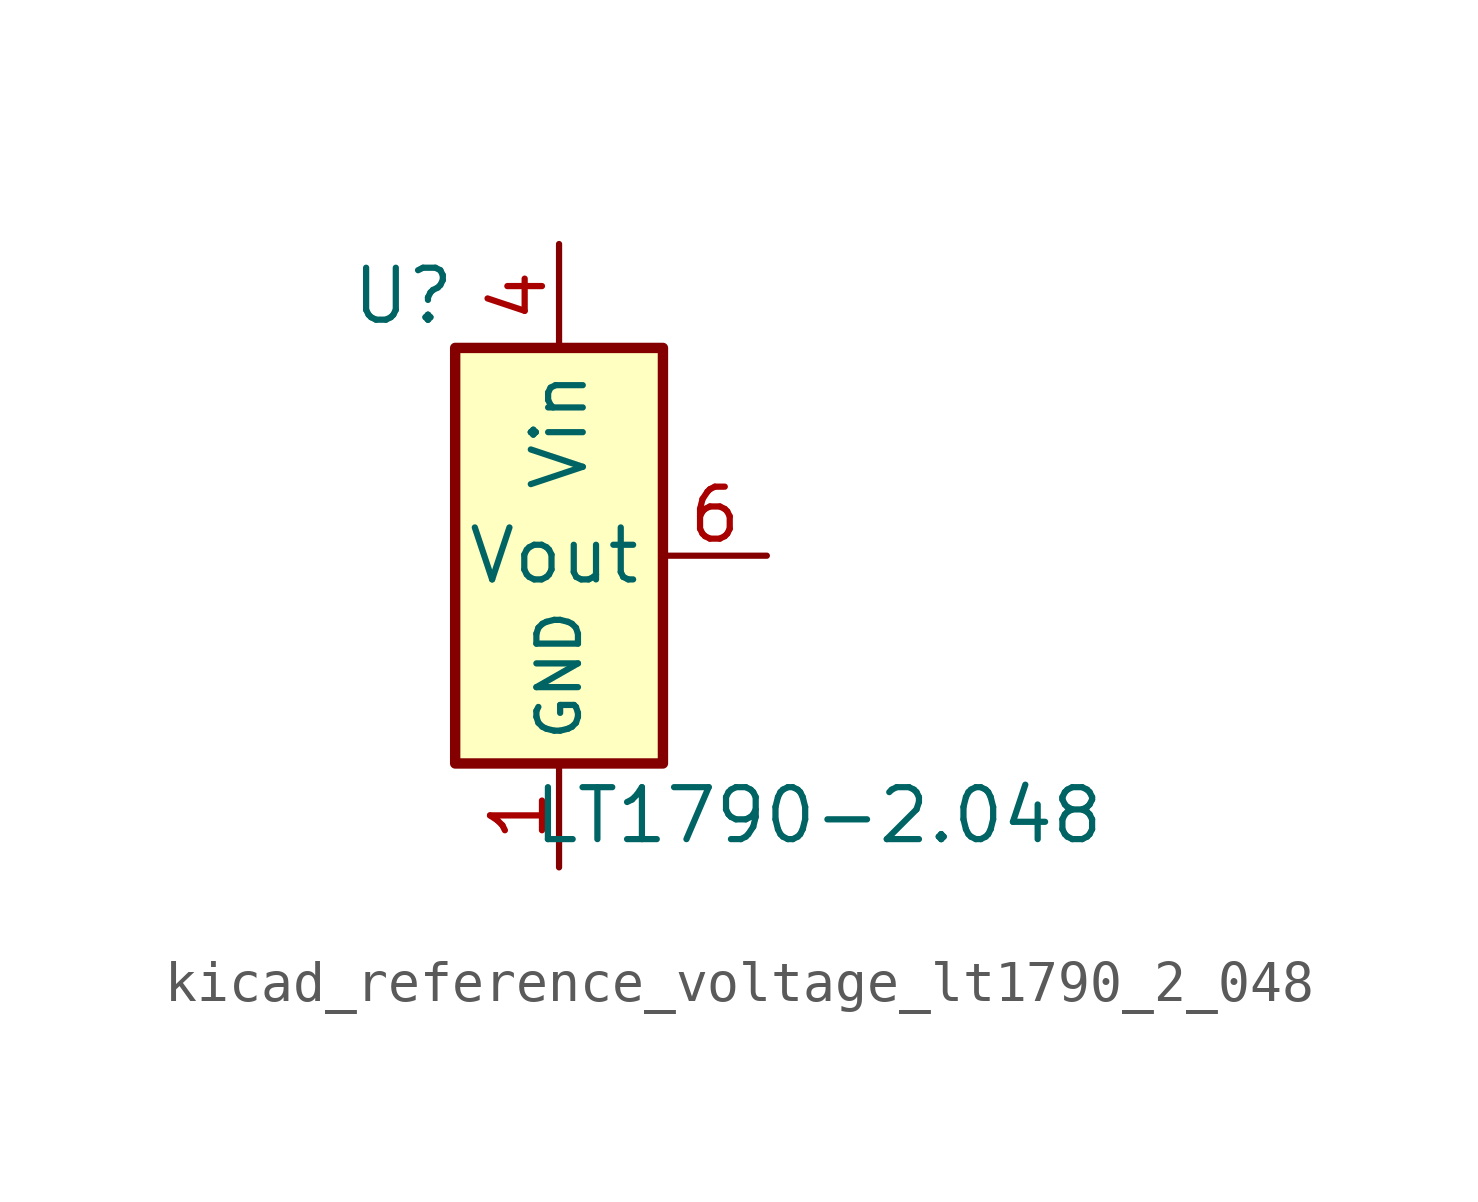
<source format=kicad_sym>
(kicad_symbol_lib
  (version 20220914)
  (generator kicad_symbol_editor)
  (symbol "kicad_reference_voltage_lt1790_2_048"
    (property "Reference" "U"
      (at -3.81 6.35 0)
      (effects (font (size 1.27 1.27))))
    (property "Value" "LT1790-2.048"
      (at 6.35 -6.35 0)
      (effects (font (size 1.27 1.27))))
    (symbol "kicad_reference_voltage_lt1790_2_048_0_1"
      (rectangle (start 2.54 5.08) (end -2.54 -5.08) (stroke (width 0.254) (type default)) (fill (type background))))
    (symbol "kicad_reference_voltage_lt1790_2_048_1_1"
      (pin power_in line (at 0 -7.62 90) (length 2.54) (name "GND" (effects (font (size 1.016 1.016)))) (number "1" (effects (font (size 1.27 1.27)))))
      (pin passive line (at 0 -7.62 90) (length 2.54) hide (name "GND" (effects (font (size 1.016 1.016)))) (number "2" (effects (font (size 1.27 1.27)))))
      (pin power_in line (at 0 7.62 270) (length 2.54) (name "Vin" (effects (font (size 1.27 1.27)))) (number "4" (effects (font (size 1.27 1.27)))))
      (pin output line (at 5.08 0 180) (length 2.54) (name "Vout" (effects (font (size 1.27 1.27)))) (number "6" (effects (font (size 1.27 1.27))))))))
</source>
